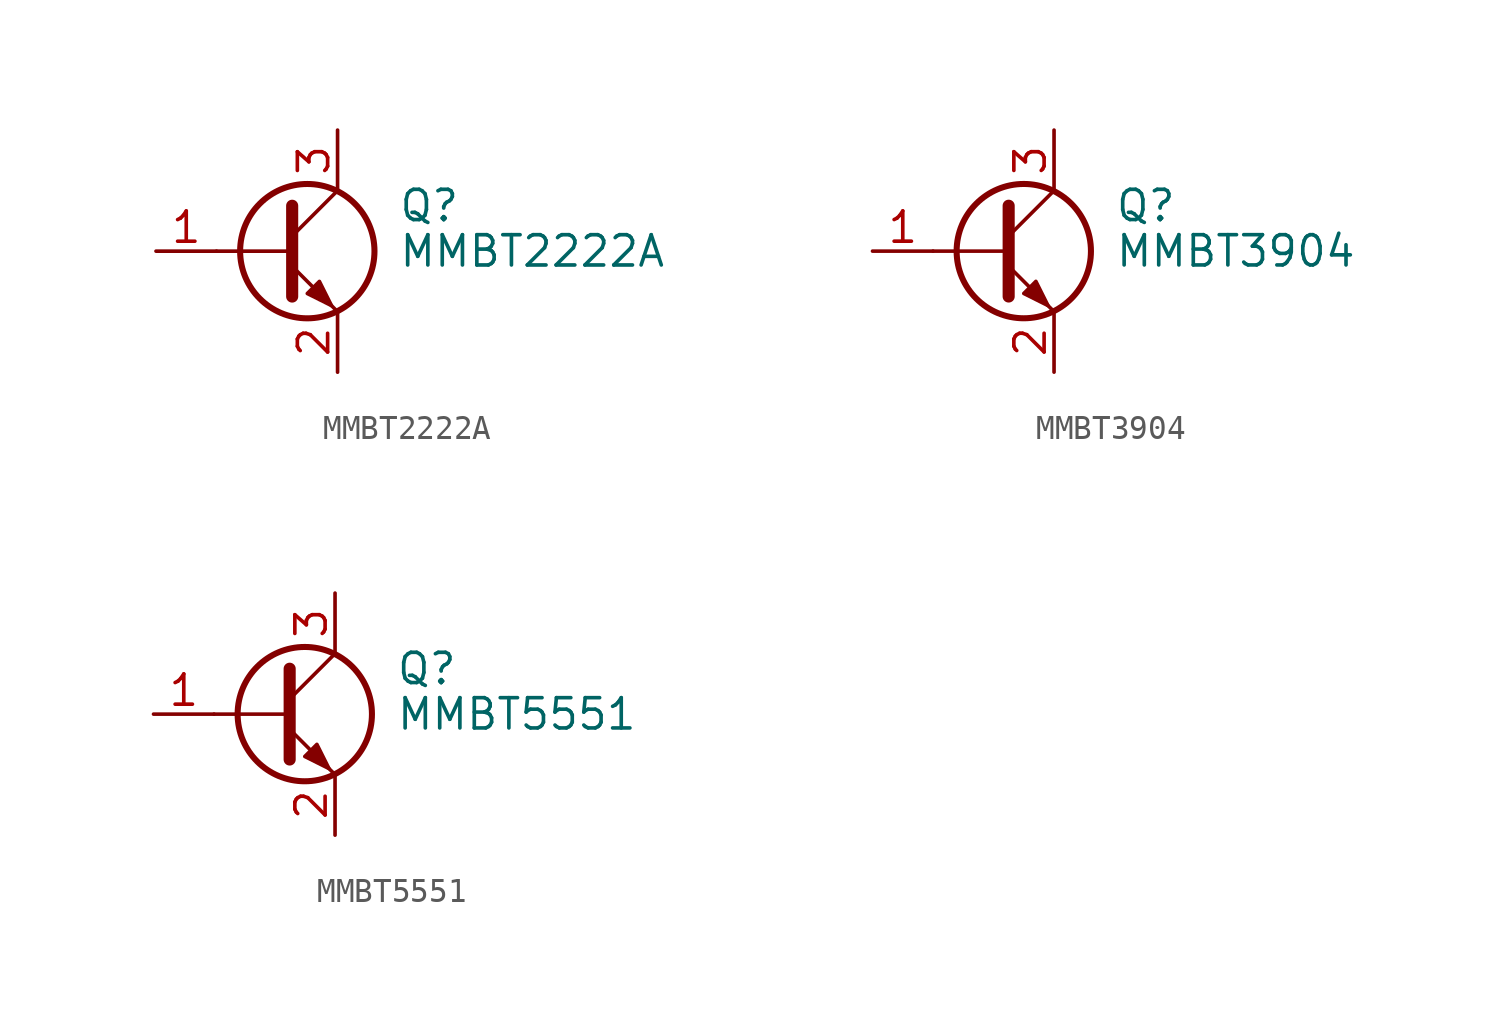
<source format=kicad_sym>
(kicad_symbol_lib
  (version 20241209)
  (generator "kicad_symbol_editor")
  (generator_version "9.0")
  (symbol "MMBT2222A"
    (pin_names
      (offset 0)
      (hide yes))
    (property "Reference" "Q"
      (at 5.08 1.905 0)
      (effects (font (size 1.27 1.27)) (justify left)))
    (property "Value" "MMBT2222A"
      (at 5.08 0 0)
      (effects (font (size 1.27 1.27)) (justify left)))
    (symbol "MMBT2222A_0_1"
      (polyline (pts (xy -2.54 0) (xy 0.635 0)) (stroke (width 0) (type default)) (fill (type none)))
      (polyline (pts (xy 0.635 1.905) (xy 0.635 -1.905)) (stroke (width 0.508) (type default)) (fill (type none)))
      (circle (center 1.27 0) (radius 2.819) (stroke (width 0.254) (type default)) (fill (type none))))
    (symbol "MMBT2222A_1_1"
      (polyline (pts (xy 0.635 0.635) (xy 2.54 2.54)) (stroke (width 0) (type default)) (fill (type none)))
      (polyline (pts (xy 0.635 -0.635) (xy 2.54 -2.54)) (stroke (width 0) (type default)) (fill (type none)))
      (polyline (pts (xy 1.27 -1.778) (xy 1.778 -1.27) (xy 2.286 -2.286) (xy 1.27 -1.778)) (stroke (width 0) (type default)) (fill (type outline)))
      (pin input line (at -5.08 0 0) (length 2.54) (name "B" (effects (font (size 1.27 1.27)))) (number "1" (effects (font (size 1.27 1.27)))))
      (pin passive line (at 2.54 5.08 270) (length 2.54) (name "C" (effects (font (size 1.27 1.27)))) (number "3" (effects (font (size 1.27 1.27)))))
      (pin passive line (at 2.54 -5.08 90) (length 2.54) (name "E" (effects (font (size 1.27 1.27)))) (number "2" (effects (font (size 1.27 1.27)))))))
  (symbol "MMBT3904"
    (pin_names
      (offset 0)
      (hide yes))
    (property "Reference" "Q"
      (at 5.08 1.905 0)
      (effects (font (size 1.27 1.27)) (justify left)))
    (property "Value" "MMBT3904"
      (at 5.08 0 0)
      (effects (font (size 1.27 1.27)) (justify left)))
    (symbol "MMBT3904_0_1"
      (polyline (pts (xy -2.54 0) (xy 0.635 0)) (stroke (width 0) (type default)) (fill (type none)))
      (polyline (pts (xy 0.635 1.905) (xy 0.635 -1.905)) (stroke (width 0.508) (type default)) (fill (type none)))
      (circle (center 1.27 0) (radius 2.819) (stroke (width 0.254) (type default)) (fill (type none))))
    (symbol "MMBT3904_1_1"
      (polyline (pts (xy 0.635 0.635) (xy 2.54 2.54)) (stroke (width 0) (type default)) (fill (type none)))
      (polyline (pts (xy 0.635 -0.635) (xy 2.54 -2.54)) (stroke (width 0) (type default)) (fill (type none)))
      (polyline (pts (xy 1.27 -1.778) (xy 1.778 -1.27) (xy 2.286 -2.286) (xy 1.27 -1.778)) (stroke (width 0) (type default)) (fill (type outline)))
      (pin input line (at -5.08 0 0) (length 2.54) (name "B" (effects (font (size 1.27 1.27)))) (number "1" (effects (font (size 1.27 1.27)))))
      (pin passive line (at 2.54 5.08 270) (length 2.54) (name "C" (effects (font (size 1.27 1.27)))) (number "3" (effects (font (size 1.27 1.27)))))
      (pin passive line (at 2.54 -5.08 90) (length 2.54) (name "E" (effects (font (size 1.27 1.27)))) (number "2" (effects (font (size 1.27 1.27)))))))
  (symbol "MMBT5551"
    (pin_names
      (offset 0)
      (hide yes))
    (property "Reference" "Q"
      (at 5.08 1.905 0)
      (effects (font (size 1.27 1.27)) (justify left)))
    (property "Value" "MMBT5551"
      (at 5.08 0 0)
      (effects (font (size 1.27 1.27)) (justify left)))
    (symbol "MMBT5551_0_1"
      (polyline (pts (xy -2.54 0) (xy 0.635 0)) (stroke (width 0) (type default)) (fill (type none)))
      (polyline (pts (xy 0.635 1.905) (xy 0.635 -1.905)) (stroke (width 0.508) (type default)) (fill (type none)))
      (circle (center 1.27 0) (radius 2.819) (stroke (width 0.254) (type default)) (fill (type none))))
    (symbol "MMBT5551_1_1"
      (polyline (pts (xy 0.635 0.635) (xy 2.54 2.54)) (stroke (width 0) (type default)) (fill (type none)))
      (polyline (pts (xy 0.635 -0.635) (xy 2.54 -2.54)) (stroke (width 0) (type default)) (fill (type none)))
      (polyline (pts (xy 1.27 -1.778) (xy 1.778 -1.27) (xy 2.286 -2.286) (xy 1.27 -1.778)) (stroke (width 0) (type default)) (fill (type outline)))
      (pin input line (at -5.08 0 0) (length 2.54) (name "B" (effects (font (size 1.27 1.27)))) (number "1" (effects (font (size 1.27 1.27)))))
      (pin passive line (at 2.54 5.08 270) (length 2.54) (name "C" (effects (font (size 1.27 1.27)))) (number "3" (effects (font (size 1.27 1.27)))))
      (pin passive line (at 2.54 -5.08 90) (length 2.54) (name "E" (effects (font (size 1.27 1.27)))) (number "2" (effects (font (size 1.27 1.27))))))))
</source>
